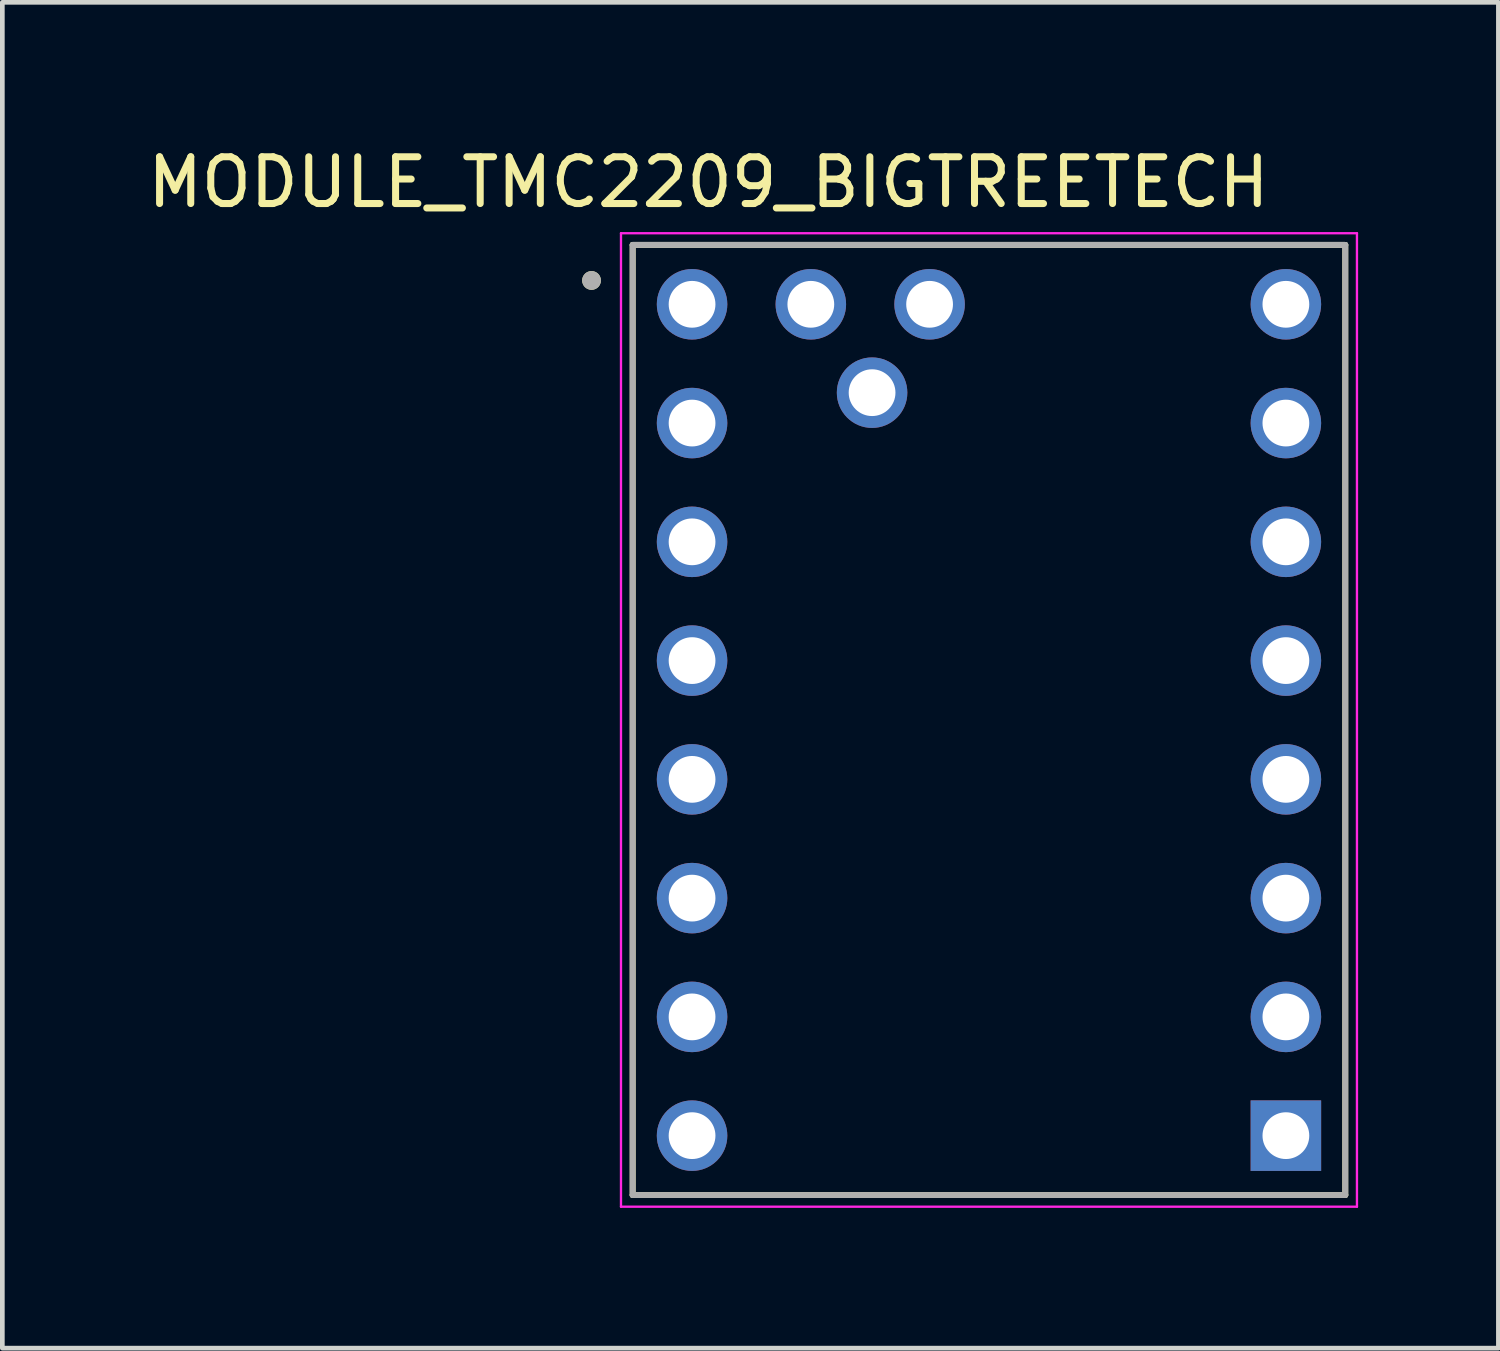
<source format=kicad_pcb>
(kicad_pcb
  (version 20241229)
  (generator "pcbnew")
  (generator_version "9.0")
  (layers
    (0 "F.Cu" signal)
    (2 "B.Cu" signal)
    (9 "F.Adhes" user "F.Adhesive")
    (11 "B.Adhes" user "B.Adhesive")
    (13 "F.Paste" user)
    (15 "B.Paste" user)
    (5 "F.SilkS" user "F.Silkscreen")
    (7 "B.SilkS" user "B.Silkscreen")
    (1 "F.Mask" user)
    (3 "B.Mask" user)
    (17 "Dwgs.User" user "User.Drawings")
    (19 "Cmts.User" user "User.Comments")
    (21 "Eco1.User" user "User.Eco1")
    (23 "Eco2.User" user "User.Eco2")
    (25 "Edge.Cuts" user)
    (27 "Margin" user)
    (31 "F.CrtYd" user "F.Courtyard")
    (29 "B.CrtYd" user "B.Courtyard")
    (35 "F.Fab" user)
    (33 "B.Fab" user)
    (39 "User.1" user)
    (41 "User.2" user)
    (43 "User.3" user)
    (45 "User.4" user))
  (footprint "MODULE_TMC2209_BIGTREETECH"
    (layer "F.Cu")
    (at 19.101 12.348)
    (property "Reference" "MODULE_TMC2209_BIGTREETECH" (at -7 -11.5 180) (layer "F.SilkS") (effects (font (size 1 1) (thickness 0.15))))
    (attr through_hole)
    (fp_line (start -8.62 -10.16) (end 6.62 -10.16) (stroke (width 0.127) (type solid)) (layer "F.SilkS"))
    (fp_line (start -8.62 10.16) (end -8.62 -10.16) (stroke (width 0.127) (type solid)) (layer "F.SilkS"))
    (fp_line (start 6.62 -10.16) (end 6.62 10.16) (stroke (width 0.127) (type solid)) (layer "F.SilkS"))
    (fp_line (start 6.62 10.16) (end -8.62 10.16) (stroke (width 0.127) (type solid)) (layer "F.SilkS"))
    (fp_circle (center -9.5 -9.4) (end -9.6 -9.4) (stroke (width 0.2) (type solid)) (fill no) (layer "F.SilkS"))
    (fp_line (start -8.87 -10.41) (end 6.87 -10.41) (stroke (width 0.05) (type solid)) (layer "F.CrtYd"))
    (fp_line (start -8.87 10.41) (end -8.87 -10.41) (stroke (width 0.05) (type solid)) (layer "F.CrtYd"))
    (fp_line (start 6.87 -10.41) (end 6.87 10.41) (stroke (width 0.05) (type solid)) (layer "F.CrtYd"))
    (fp_line (start 6.87 10.41) (end -8.87 10.41) (stroke (width 0.05) (type solid)) (layer "F.CrtYd"))
    (fp_line (start -8.62 -10.16) (end 6.62 -10.16) (stroke (width 0.127) (type solid)) (layer "F.Fab"))
    (fp_line (start -8.62 10.16) (end -8.62 -10.16) (stroke (width 0.127) (type solid)) (layer "F.Fab"))
    (fp_line (start 6.62 -10.16) (end 6.62 10.16) (stroke (width 0.127) (type solid)) (layer "F.Fab"))
    (fp_line (start 6.62 10.16) (end -8.62 10.16) (stroke (width 0.127) (type solid)) (layer "F.Fab"))
    (fp_circle (center -9.5 -9.4) (end -9.6 -9.4) (stroke (width 0.2) (type solid)) (fill no) (layer "F.Fab"))
    (pad "1" thru_hole circle (at -7.35 -8.89 180) (size 1.508 1.508) (drill 1) (layers "*.Cu" "*.Mask"))
    (pad "2" thru_hole circle (at -7.35 -6.35 180) (size 1.508 1.508) (drill 1) (layers "*.Cu" "*.Mask"))
    (pad "3" thru_hole circle (at -7.35 -3.81 180) (size 1.508 1.508) (drill 1) (layers "*.Cu" "*.Mask"))
    (pad "4" thru_hole circle (at -7.35 -1.27 180) (size 1.508 1.508) (drill 1) (layers "*.Cu" "*.Mask"))
    (pad "5" thru_hole circle (at -7.35 1.27 180) (size 1.508 1.508) (drill 1) (layers "*.Cu" "*.Mask"))
    (pad "6" thru_hole circle (at -7.35 3.81 180) (size 1.508 1.508) (drill 1) (layers "*.Cu" "*.Mask"))
    (pad "7" thru_hole circle (at -7.35 6.35 180) (size 1.508 1.508) (drill 1) (layers "*.Cu" "*.Mask"))
    (pad "8" thru_hole circle (at -7.35 8.89 180) (size 1.508 1.508) (drill 1) (layers "*.Cu" "*.Mask"))
    (pad "9" thru_hole circle (at 5.35 -8.89 180) (size 1.508 1.508) (drill 1) (layers "*.Cu" "*.Mask"))
    (pad "10" thru_hole circle (at 5.35 -6.35 180) (size 1.508 1.508) (drill 1) (layers "*.Cu" "*.Mask"))
    (pad "11" thru_hole circle (at 5.35 -3.81 180) (size 1.508 1.508) (drill 1) (layers "*.Cu" "*.Mask"))
    (pad "12" thru_hole circle (at 5.35 -1.27 180) (size 1.508 1.508) (drill 1) (layers "*.Cu" "*.Mask"))
    (pad "13" thru_hole circle (at 5.35 1.27 180) (size 1.508 1.508) (drill 1) (layers "*.Cu" "*.Mask"))
    (pad "14" thru_hole circle (at 5.35 3.81 180) (size 1.508 1.508) (drill 1) (layers "*.Cu" "*.Mask"))
    (pad "15" thru_hole circle (at 5.35 6.35 180) (size 1.508 1.508) (drill 1) (layers "*.Cu" "*.Mask"))
    (pad "16" thru_hole rect (at 5.35 8.89 180) (size 1.508 1.508) (drill 1) (layers "*.Cu" "*.Mask"))
    (pad "17" thru_hole circle (at -4.81 -8.89 180) (size 1.508 1.508) (drill 1) (layers "*.Cu" "*.Mask"))
    (pad "18" thru_hole circle (at -2.27 -8.89 180) (size 1.508 1.508) (drill 1) (layers "*.Cu" "*.Mask"))
    (pad "19" thru_hole circle (at -3.5 -7 180) (size 1.508 1.508) (drill 1) (layers "*.Cu" "*.Mask")))
  (gr_rect
    (start -3 -3)
    (end 28.996 25.783)
    (stroke (width 0.1) (type default))
    (fill no)
    (layer "Edge.Cuts")))
</source>
